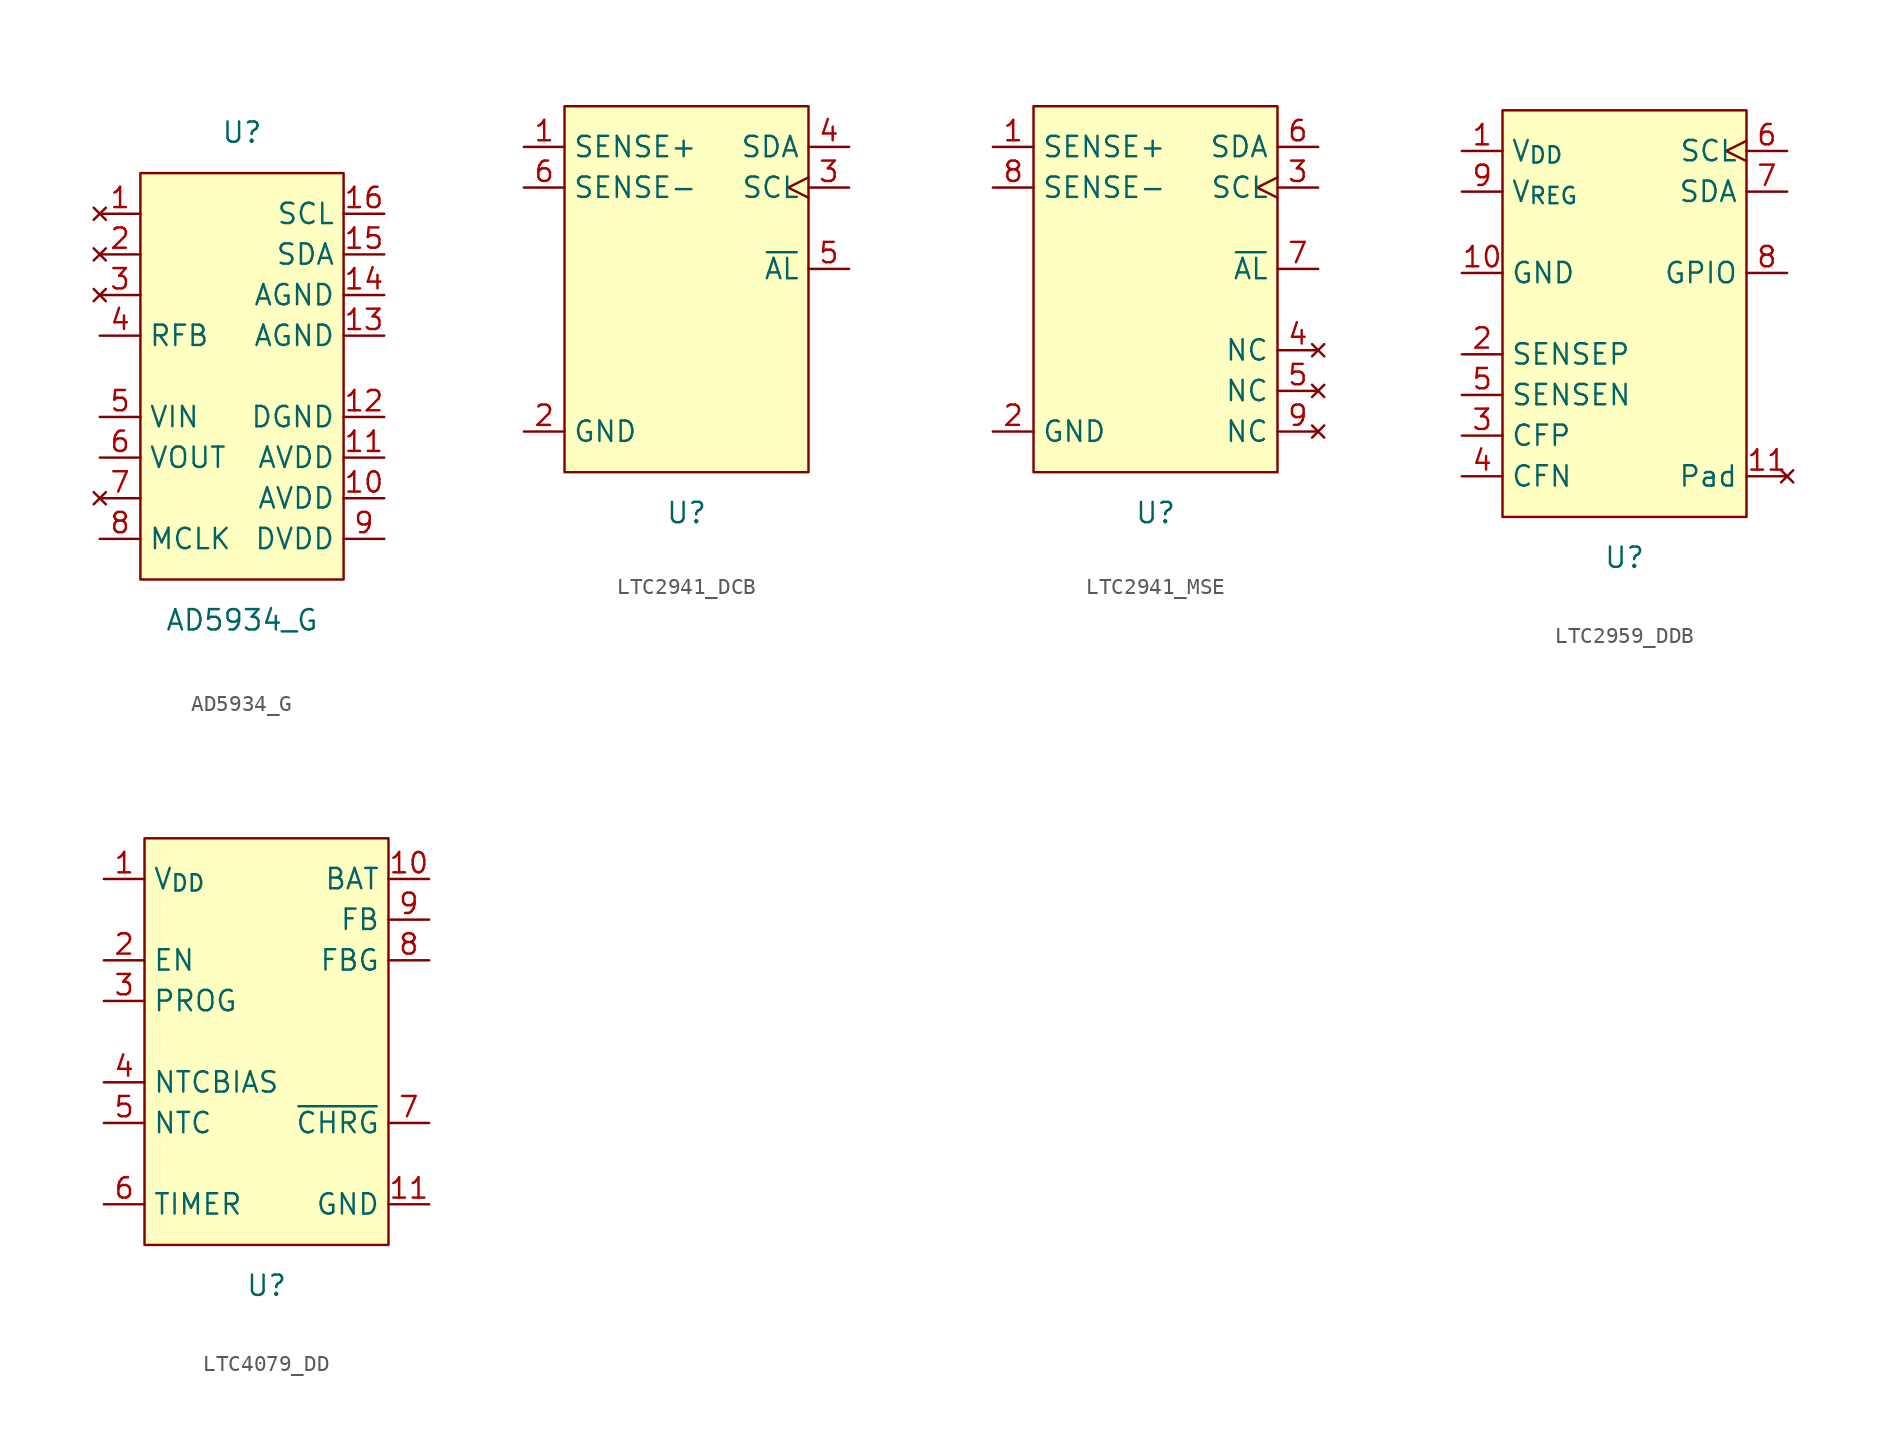
<source format=kicad_sym>
(kicad_symbol_lib
  (version 20220914)
  (generator kicad_symbol_editor)
  (symbol "AD5934_G"
    (property "Reference" "U"
      (at 0 15.24 0)
      (effects (font (size 1.27 1.27))))
    (property "Value" "AD5934_G"
      (at 0 -15.24 0)
      (effects (font (size 1.27 1.27))))
    (symbol "AD5934_G_0_1"
      (rectangle (start -6.35 12.7) (end 6.35 -12.7) (stroke (width 0) (type default)) (fill (type background))))
    (symbol "AD5934_G_1_1"
      (pin no_connect line (at -8.89 10.16 0) (length 2.54) (name "" (effects (font (size 1.27 1.27)))) (number "1" (effects (font (size 1.27 1.27)))))
      (pin free line (at 8.89 -7.62 180) (length 2.54) (name "AVDD" (effects (font (size 1.27 1.27)))) (number "10" (effects (font (size 1.27 1.27)))))
      (pin free line (at 8.89 -5.08 180) (length 2.54) (name "AVDD" (effects (font (size 1.27 1.27)))) (number "11" (effects (font (size 1.27 1.27)))))
      (pin free line (at 8.89 -2.54 180) (length 2.54) (name "DGND" (effects (font (size 1.27 1.27)))) (number "12" (effects (font (size 1.27 1.27)))))
      (pin free line (at 8.89 2.54 180) (length 2.54) (name "AGND" (effects (font (size 1.27 1.27)))) (number "13" (effects (font (size 1.27 1.27)))))
      (pin free line (at 8.89 5.08 180) (length 2.54) (name "AGND" (effects (font (size 1.27 1.27)))) (number "14" (effects (font (size 1.27 1.27)))))
      (pin bidirectional line (at 8.89 7.62 180) (length 2.54) (name "SDA" (effects (font (size 1.27 1.27)))) (number "15" (effects (font (size 1.27 1.27)))))
      (pin bidirectional line (at 8.89 10.16 180) (length 2.54) (name "SCL" (effects (font (size 1.27 1.27)))) (number "16" (effects (font (size 1.27 1.27)))))
      (pin no_connect line (at -8.89 7.62 0) (length 2.54) (name "" (effects (font (size 1.27 1.27)))) (number "2" (effects (font (size 1.27 1.27)))))
      (pin no_connect line (at -8.89 5.08 0) (length 2.54) (name "" (effects (font (size 1.27 1.27)))) (number "3" (effects (font (size 1.27 1.27)))))
      (pin passive line (at -8.89 2.54 0) (length 2.54) (name "RFB" (effects (font (size 1.27 1.27)))) (number "4" (effects (font (size 1.27 1.27)))))
      (pin input line (at -8.89 -2.54 0) (length 2.54) (name "VIN" (effects (font (size 1.27 1.27)))) (number "5" (effects (font (size 1.27 1.27)))))
      (pin output line (at -8.89 -5.08 0) (length 2.54) (name "VOUT" (effects (font (size 1.27 1.27)))) (number "6" (effects (font (size 1.27 1.27)))))
      (pin no_connect line (at -8.89 -7.62 0) (length 2.54) (name "" (effects (font (size 1.27 1.27)))) (number "7" (effects (font (size 1.27 1.27)))))
      (pin input line (at -8.89 -10.16 0) (length 2.54) (name "MCLK" (effects (font (size 1.27 1.27)))) (number "8" (effects (font (size 1.27 1.27)))))
      (pin input line (at 8.89 -10.16 180) (length 2.54) (name "DVDD" (effects (font (size 1.27 1.27)))) (number "9" (effects (font (size 1.27 1.27)))))))
  (symbol "LTC2941_DCB"
    (property "Reference" "U"
      (at 0 -12.7 0)
      (effects (font (size 1.27 1.27))))
    (property "Value" ""
      (at 0 -5.08 0)
      (effects (font (size 1.27 1.27))))
    (symbol "LTC2941_DCB_1_1"
      (rectangle (start -7.62 12.7) (end 7.62 -10.16) (stroke (width 0) (type default)) (fill (type background)))
      (pin bidirectional line (at -10.16 10.16 0) (length 2.54) (name "SENSE+" (effects (font (size 1.27 1.27)))) (number "1" (effects (font (size 1.27 1.27)))))
      (pin passive line (at -10.16 -7.62 0) (length 2.54) (name "GND" (effects (font (size 1.27 1.27)))) (number "2" (effects (font (size 1.27 1.27)))))
      (pin input clock (at 10.16 7.62 180) (length 2.54) (name "SCL" (effects (font (size 1.27 1.27)))) (number "3" (effects (font (size 1.27 1.27)))))
      (pin bidirectional line (at 10.16 10.16 180) (length 2.54) (name "SDA" (effects (font (size 1.27 1.27)))) (number "4" (effects (font (size 1.27 1.27)))))
      (pin output line (at 10.16 2.54 180) (length 2.54) (name "~{AL}" (effects (font (size 1.27 1.27)))) (number "5" (effects (font (size 1.27 1.27)))) (alternate "CC" input line))
      (pin bidirectional line (at -10.16 7.62 0) (length 2.54) (name "SENSE-" (effects (font (size 1.27 1.27)))) (number "6" (effects (font (size 1.27 1.27)))))))
  (symbol "LTC2941_MSE"
    (property "Reference" "U"
      (at 0 -12.7 0)
      (effects (font (size 1.27 1.27))))
    (property "Value" ""
      (at 0 -5.08 0)
      (effects (font (size 1.27 1.27))))
    (symbol "LTC2941_MSE_1_1"
      (rectangle (start -7.62 12.7) (end 7.62 -10.16) (stroke (width 0) (type default)) (fill (type background)))
      (pin bidirectional line (at -10.16 10.16 0) (length 2.54) (name "SENSE+" (effects (font (size 1.27 1.27)))) (number "1" (effects (font (size 1.27 1.27)))))
      (pin passive line (at -10.16 -7.62 0) (length 2.54) (name "GND" (effects (font (size 1.27 1.27)))) (number "2" (effects (font (size 1.27 1.27)))))
      (pin input clock (at 10.16 7.62 180) (length 2.54) (name "SCL" (effects (font (size 1.27 1.27)))) (number "3" (effects (font (size 1.27 1.27)))))
      (pin no_connect line (at 10.16 -2.54 180) (length 2.54) (name "NC" (effects (font (size 1.27 1.27)))) (number "4" (effects (font (size 1.27 1.27)))))
      (pin no_connect line (at 10.16 -5.08 180) (length 2.54) (name "NC" (effects (font (size 1.27 1.27)))) (number "5" (effects (font (size 1.27 1.27)))))
      (pin bidirectional line (at 10.16 10.16 180) (length 2.54) (name "SDA" (effects (font (size 1.27 1.27)))) (number "6" (effects (font (size 1.27 1.27)))))
      (pin output line (at 10.16 2.54 180) (length 2.54) (name "~{AL}" (effects (font (size 1.27 1.27)))) (number "7" (effects (font (size 1.27 1.27)))) (alternate "CC" input line))
      (pin bidirectional line (at -10.16 7.62 0) (length 2.54) (name "SENSE-" (effects (font (size 1.27 1.27)))) (number "8" (effects (font (size 1.27 1.27)))))
      (pin no_connect line (at 10.16 -7.62 180) (length 2.54) (name "NC" (effects (font (size 1.27 1.27)))) (number "9" (effects (font (size 1.27 1.27)))))))
  (symbol "LTC2959_DDB"
    (property "Reference" "U"
      (at 0 -15.24 0)
      (effects (font (size 1.27 1.27))))
    (property "Value" ""
      (at 0 -7.62 0)
      (effects (font (size 1.27 1.27))))
    (symbol "LTC2959_DDB_1_1"
      (rectangle (start -7.62 12.7) (end 7.62 -12.7) (stroke (width 0) (type default)) (fill (type background)))
      (pin power_in line (at -10.16 10.16 0) (length 2.54) (name "V_{DD}" (effects (font (size 1.27 1.27)))) (number "1" (effects (font (size 1.27 1.27)))))
      (pin passive line (at -10.16 2.54 0) (length 2.54) (name "GND" (effects (font (size 1.27 1.27)))) (number "10" (effects (font (size 1.27 1.27)))))
      (pin no_connect line (at 10.16 -10.16 180) (length 2.54) (name "Pad" (effects (font (size 1.27 1.27)))) (number "11" (effects (font (size 1.27 1.27)))))
      (pin bidirectional line (at -10.16 -2.54 0) (length 2.54) (name "SENSEP" (effects (font (size 1.27 1.27)))) (number "2" (effects (font (size 1.27 1.27)))))
      (pin passive line (at -10.16 -7.62 0) (length 2.54) (name "CFP" (effects (font (size 1.27 1.27)))) (number "3" (effects (font (size 1.27 1.27)))))
      (pin passive line (at -10.16 -10.16 0) (length 2.54) (name "CFN" (effects (font (size 1.27 1.27)))) (number "4" (effects (font (size 1.27 1.27)))))
      (pin bidirectional line (at -10.16 -5.08 0) (length 2.54) (name "SENSEN" (effects (font (size 1.27 1.27)))) (number "5" (effects (font (size 1.27 1.27)))))
      (pin input clock (at 10.16 10.16 180) (length 2.54) (name "SCL" (effects (font (size 1.27 1.27)))) (number "6" (effects (font (size 1.27 1.27)))))
      (pin bidirectional line (at 10.16 7.62 180) (length 2.54) (name "SDA" (effects (font (size 1.27 1.27)))) (number "7" (effects (font (size 1.27 1.27)))))
      (pin bidirectional line (at 10.16 2.54 180) (length 2.54) (name "GPIO" (effects (font (size 1.27 1.27)))) (number "8" (effects (font (size 1.27 1.27)))))
      (pin output line (at -10.16 7.62 0) (length 2.54) (name "V_{REG}" (effects (font (size 1.27 1.27)))) (number "9" (effects (font (size 1.27 1.27)))))))
  (symbol "LTC4079_DD"
    (property "Reference" "U"
      (at 0 -15.24 0)
      (effects (font (size 1.27 1.27))))
    (property "Value" ""
      (at 0 0 0)
      (effects (font (size 1.27 1.27))))
    (symbol "LTC4079_DD_1_1"
      (rectangle (start -7.62 12.7) (end 7.62 -12.7) (stroke (width 0) (type default)) (fill (type background)))
      (pin power_in line (at -10.16 10.16 0) (length 2.54) (name "V_{DD}" (effects (font (size 1.27 1.27)))) (number "1" (effects (font (size 1.27 1.27)))))
      (pin output line (at 10.16 10.16 180) (length 2.54) (name "BAT" (effects (font (size 1.27 1.27)))) (number "10" (effects (font (size 1.27 1.27)))))
      (pin passive line (at 10.16 -10.16 180) (length 2.54) (name "GND" (effects (font (size 1.27 1.27)))) (number "11" (effects (font (size 1.27 1.27)))))
      (pin input line (at -10.16 5.08 0) (length 2.54) (name "EN" (effects (font (size 1.27 1.27)))) (number "2" (effects (font (size 1.27 1.27)))))
      (pin output line (at -10.16 2.54 0) (length 2.54) (name "PROG" (effects (font (size 1.27 1.27)))) (number "3" (effects (font (size 1.27 1.27)))))
      (pin output line (at -10.16 -2.54 0) (length 2.54) (name "NTCBIAS" (effects (font (size 1.27 1.27)))) (number "4" (effects (font (size 1.27 1.27)))))
      (pin input line (at -10.16 -5.08 0) (length 2.54) (name "NTC" (effects (font (size 1.27 1.27)))) (number "5" (effects (font (size 1.27 1.27)))))
      (pin output line (at -10.16 -10.16 0) (length 2.54) (name "TIMER" (effects (font (size 1.27 1.27)))) (number "6" (effects (font (size 1.27 1.27)))))
      (pin output line (at 10.16 -5.08 180) (length 2.54) (name "~{CHRG}" (effects (font (size 1.27 1.27)))) (number "7" (effects (font (size 1.27 1.27)))))
      (pin input line (at 10.16 5.08 180) (length 2.54) (name "FBG" (effects (font (size 1.27 1.27)))) (number "8" (effects (font (size 1.27 1.27)))))
      (pin input line (at 10.16 7.62 180) (length 2.54) (name "FB" (effects (font (size 1.27 1.27)))) (number "9" (effects (font (size 1.27 1.27))))))))
</source>
